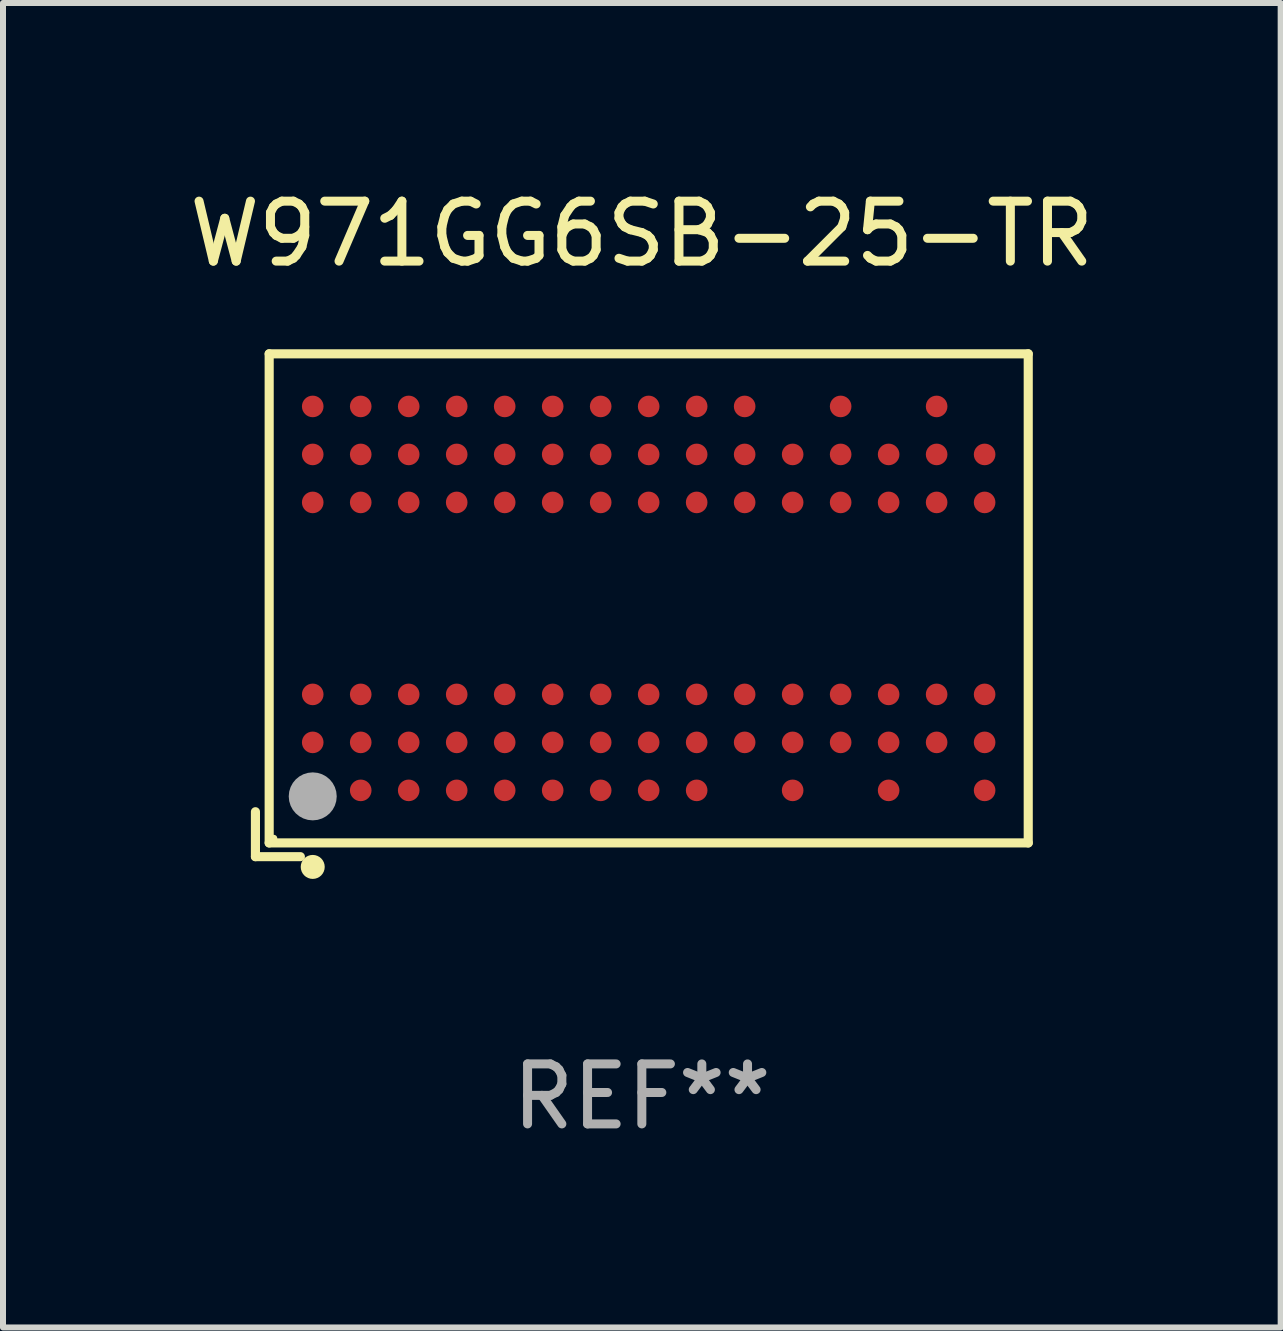
<source format=kicad_pcb>
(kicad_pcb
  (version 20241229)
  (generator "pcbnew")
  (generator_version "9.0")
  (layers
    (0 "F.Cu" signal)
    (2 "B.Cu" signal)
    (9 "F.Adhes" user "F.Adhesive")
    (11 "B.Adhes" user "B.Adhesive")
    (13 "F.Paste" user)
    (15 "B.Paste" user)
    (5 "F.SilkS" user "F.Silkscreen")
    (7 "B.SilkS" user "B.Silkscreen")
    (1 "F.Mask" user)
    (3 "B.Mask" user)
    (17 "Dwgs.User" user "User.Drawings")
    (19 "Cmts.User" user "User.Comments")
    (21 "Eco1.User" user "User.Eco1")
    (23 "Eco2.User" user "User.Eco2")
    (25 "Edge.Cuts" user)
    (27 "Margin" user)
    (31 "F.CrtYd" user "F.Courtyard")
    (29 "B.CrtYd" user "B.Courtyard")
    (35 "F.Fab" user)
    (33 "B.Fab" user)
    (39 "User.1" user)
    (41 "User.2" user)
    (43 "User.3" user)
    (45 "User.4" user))
  (footprint "W971GG6SB-25-TR"
    (layer "F.Cu")
    (at 7.649 7.039)
    (property "Reference" "W971GG6SB-25-TR" (at 0 -6.191 0) (layer "F.SilkS") (effects (font (size 1 1) (thickness 0.15))))
    (attr through_hole)
    (fp_line (start -6.441 3.442) (end -6.441 4.191) (stroke (width 0.152) (type solid)) (layer "F.SilkS"))
    (fp_line (start -6.441 4.191) (end -5.692 4.191) (stroke (width 0.152) (type solid)) (layer "F.SilkS"))
    (fp_line (start -6.212 -4.191) (end 6.441 -4.191) (stroke (width 0.152) (type solid)) (layer "F.SilkS"))
    (fp_line (start -6.212 3.962) (end -6.212 -4.191) (stroke (width 0.152) (type solid)) (layer "F.SilkS"))
    (fp_line (start 6.441 -4.191) (end 6.441 3.962) (stroke (width 0.152) (type solid)) (layer "F.SilkS"))
    (fp_line (start 6.441 3.962) (end -6.212 3.962) (stroke (width 0.152) (type solid)) (layer "F.SilkS"))
    (fp_circle (center -6.136 3.886) (end -6.106 3.886) (stroke (width 0.06) (type solid)) (fill no) (layer "F.SilkS"))
    (fp_circle (center -5.486 4.362) (end -5.386 4.362) (stroke (width 0.2) (type solid)) (fill no) (layer "F.SilkS"))
    (fp_circle (center -5.486 3.186) (end -5.286 3.186) (stroke (width 0.4) (type solid)) (fill no) (layer "F.Fab"))
    (fp_text user "REF**" (at 0 8.191 0) (layer "F.Fab") (effects (font (size 1 1) (thickness 0.15))))
    (pad "A1" smd circle (at -5.486 3.086) (size 0.36 0.36) (layers "F.Cu" "F.Mask" "F.Paste"))
    (pad "A2" smd circle (at -5.486 2.286) (size 0.36 0.36) (layers "F.Cu" "F.Mask" "F.Paste"))
    (pad "A3" smd circle (at -5.486 1.486) (size 0.36 0.36) (layers "F.Cu" "F.Mask" "F.Paste"))
    (pad "A7" smd circle (at -5.486 -1.714) (size 0.36 0.36) (layers "F.Cu" "F.Mask" "F.Paste"))
    (pad "A8" smd circle (at -5.486 -2.514) (size 0.36 0.36) (layers "F.Cu" "F.Mask" "F.Paste"))
    (pad "A9" smd circle (at -5.486 -3.314) (size 0.36 0.36) (layers "F.Cu" "F.Mask" "F.Paste"))
    (pad "B1" smd circle (at -4.686 3.086) (size 0.36 0.36) (layers "F.Cu" "F.Mask" "F.Paste"))
    (pad "B2" smd circle (at -4.686 2.286) (size 0.36 0.36) (layers "F.Cu" "F.Mask" "F.Paste"))
    (pad "B3" smd circle (at -4.686 1.486) (size 0.36 0.36) (layers "F.Cu" "F.Mask" "F.Paste"))
    (pad "B7" smd circle (at -4.686 -1.714) (size 0.36 0.36) (layers "F.Cu" "F.Mask" "F.Paste"))
    (pad "B8" smd circle (at -4.686 -2.514) (size 0.36 0.36) (layers "F.Cu" "F.Mask" "F.Paste"))
    (pad "B9" smd circle (at -4.686 -3.314) (size 0.36 0.36) (layers "F.Cu" "F.Mask" "F.Paste"))
    (pad "C1" smd circle (at -3.886 3.086) (size 0.36 0.36) (layers "F.Cu" "F.Mask" "F.Paste"))
    (pad "C2" smd circle (at -3.886 2.286) (size 0.36 0.36) (layers "F.Cu" "F.Mask" "F.Paste"))
    (pad "C3" smd circle (at -3.886 1.486) (size 0.36 0.36) (layers "F.Cu" "F.Mask" "F.Paste"))
    (pad "C7" smd circle (at -3.886 -1.714) (size 0.36 0.36) (layers "F.Cu" "F.Mask" "F.Paste"))
    (pad "C8" smd circle (at -3.886 -2.514) (size 0.36 0.36) (layers "F.Cu" "F.Mask" "F.Paste"))
    (pad "C9" smd circle (at -3.886 -3.314) (size 0.36 0.36) (layers "F.Cu" "F.Mask" "F.Paste"))
    (pad "D1" smd circle (at -3.086 3.086) (size 0.36 0.36) (layers "F.Cu" "F.Mask" "F.Paste"))
    (pad "D2" smd circle (at -3.086 2.286) (size 0.36 0.36) (layers "F.Cu" "F.Mask" "F.Paste"))
    (pad "D3" smd circle (at -3.086 1.486) (size 0.36 0.36) (layers "F.Cu" "F.Mask" "F.Paste"))
    (pad "D7" smd circle (at -3.086 -1.714) (size 0.36 0.36) (layers "F.Cu" "F.Mask" "F.Paste"))
    (pad "D8" smd circle (at -3.086 -2.514) (size 0.36 0.36) (layers "F.Cu" "F.Mask" "F.Paste"))
    (pad "D9" smd circle (at -3.086 -3.314) (size 0.36 0.36) (layers "F.Cu" "F.Mask" "F.Paste"))
    (pad "E1" smd circle (at -2.286 3.086) (size 0.36 0.36) (layers "F.Cu" "F.Mask" "F.Paste"))
    (pad "E2" smd circle (at -2.286 2.286) (size 0.36 0.36) (layers "F.Cu" "F.Mask" "F.Paste"))
    (pad "E3" smd circle (at -2.286 1.486) (size 0.36 0.36) (layers "F.Cu" "F.Mask" "F.Paste"))
    (pad "E7" smd circle (at -2.286 -1.714) (size 0.36 0.36) (layers "F.Cu" "F.Mask" "F.Paste"))
    (pad "E8" smd circle (at -2.286 -2.514) (size 0.36 0.36) (layers "F.Cu" "F.Mask" "F.Paste"))
    (pad "E9" smd circle (at -2.286 -3.314) (size 0.36 0.36) (layers "F.Cu" "F.Mask" "F.Paste"))
    (pad "F1" smd circle (at -1.486 3.086) (size 0.36 0.36) (layers "F.Cu" "F.Mask" "F.Paste"))
    (pad "F2" smd circle (at -1.486 2.286) (size 0.36 0.36) (layers "F.Cu" "F.Mask" "F.Paste"))
    (pad "F3" smd circle (at -1.486 1.486) (size 0.36 0.36) (layers "F.Cu" "F.Mask" "F.Paste"))
    (pad "F7" smd circle (at -1.486 -1.714) (size 0.36 0.36) (layers "F.Cu" "F.Mask" "F.Paste"))
    (pad "F8" smd circle (at -1.486 -2.514) (size 0.36 0.36) (layers "F.Cu" "F.Mask" "F.Paste"))
    (pad "F9" smd circle (at -1.486 -3.314) (size 0.36 0.36) (layers "F.Cu" "F.Mask" "F.Paste"))
    (pad "G1" smd circle (at -0.686 3.086) (size 0.36 0.36) (layers "F.Cu" "F.Mask" "F.Paste"))
    (pad "G2" smd circle (at -0.686 2.286) (size 0.36 0.36) (layers "F.Cu" "F.Mask" "F.Paste"))
    (pad "G3" smd circle (at -0.686 1.486) (size 0.36 0.36) (layers "F.Cu" "F.Mask" "F.Paste"))
    (pad "G7" smd circle (at -0.686 -1.714) (size 0.36 0.36) (layers "F.Cu" "F.Mask" "F.Paste"))
    (pad "G8" smd circle (at -0.686 -2.514) (size 0.36 0.36) (layers "F.Cu" "F.Mask" "F.Paste"))
    (pad "G9" smd circle (at -0.686 -3.314) (size 0.36 0.36) (layers "F.Cu" "F.Mask" "F.Paste"))
    (pad "H1" smd circle (at 0.114 3.086) (size 0.36 0.36) (layers "F.Cu" "F.Mask" "F.Paste"))
    (pad "H2" smd circle (at 0.114 2.286) (size 0.36 0.36) (layers "F.Cu" "F.Mask" "F.Paste"))
    (pad "H3" smd circle (at 0.114 1.486) (size 0.36 0.36) (layers "F.Cu" "F.Mask" "F.Paste"))
    (pad "H7" smd circle (at 0.114 -1.714) (size 0.36 0.36) (layers "F.Cu" "F.Mask" "F.Paste"))
    (pad "H8" smd circle (at 0.114 -2.514) (size 0.36 0.36) (layers "F.Cu" "F.Mask" "F.Paste"))
    (pad "H9" smd circle (at 0.114 -3.314) (size 0.36 0.36) (layers "F.Cu" "F.Mask" "F.Paste"))
    (pad "J1" smd circle (at 0.914 3.086) (size 0.36 0.36) (layers "F.Cu" "F.Mask" "F.Paste"))
    (pad "J2" smd circle (at 0.914 2.286) (size 0.36 0.36) (layers "F.Cu" "F.Mask" "F.Paste"))
    (pad "J3" smd circle (at 0.914 1.486) (size 0.36 0.36) (layers "F.Cu" "F.Mask" "F.Paste"))
    (pad "J7" smd circle (at 0.914 -1.714) (size 0.36 0.36) (layers "F.Cu" "F.Mask" "F.Paste"))
    (pad "J8" smd circle (at 0.914 -2.514) (size 0.36 0.36) (layers "F.Cu" "F.Mask" "F.Paste"))
    (pad "J9" smd circle (at 0.914 -3.314) (size 0.36 0.36) (layers "F.Cu" "F.Mask" "F.Paste"))
    (pad "K2" smd circle (at 1.714 2.286) (size 0.36 0.36) (layers "F.Cu" "F.Mask" "F.Paste"))
    (pad "K3" smd circle (at 1.714 1.486) (size 0.36 0.36) (layers "F.Cu" "F.Mask" "F.Paste"))
    (pad "K7" smd circle (at 1.714 -1.714) (size 0.36 0.36) (layers "F.Cu" "F.Mask" "F.Paste"))
    (pad "K8" smd circle (at 1.714 -2.514) (size 0.36 0.36) (layers "F.Cu" "F.Mask" "F.Paste"))
    (pad "K9" smd circle (at 1.714 -3.314) (size 0.36 0.36) (layers "F.Cu" "F.Mask" "F.Paste"))
    (pad "L1" smd circle (at 2.514 3.086) (size 0.36 0.36) (layers "F.Cu" "F.Mask" "F.Paste"))
    (pad "L2" smd circle (at 2.514 2.286) (size 0.36 0.36) (layers "F.Cu" "F.Mask" "F.Paste"))
    (pad "L3" smd circle (at 2.514 1.486) (size 0.36 0.36) (layers "F.Cu" "F.Mask" "F.Paste"))
    (pad "L7" smd circle (at 2.514 -1.714) (size 0.36 0.36) (layers "F.Cu" "F.Mask" "F.Paste"))
    (pad "L8" smd circle (at 2.514 -2.514) (size 0.36 0.36) (layers "F.Cu" "F.Mask" "F.Paste"))
    (pad "M2" smd circle (at 3.314 2.286) (size 0.36 0.36) (layers "F.Cu" "F.Mask" "F.Paste"))
    (pad "M3" smd circle (at 3.314 1.486) (size 0.36 0.36) (layers "F.Cu" "F.Mask" "F.Paste"))
    (pad "M7" smd circle (at 3.314 -1.714) (size 0.36 0.36) (layers "F.Cu" "F.Mask" "F.Paste"))
    (pad "M8" smd circle (at 3.314 -2.514) (size 0.36 0.36) (layers "F.Cu" "F.Mask" "F.Paste"))
    (pad "M9" smd circle (at 3.314 -3.314) (size 0.36 0.36) (layers "F.Cu" "F.Mask" "F.Paste"))
    (pad "N1" smd circle (at 4.114 3.086) (size 0.36 0.36) (layers "F.Cu" "F.Mask" "F.Paste"))
    (pad "N2" smd circle (at 4.114 2.286) (size 0.36 0.36) (layers "F.Cu" "F.Mask" "F.Paste"))
    (pad "N3" smd circle (at 4.114 1.486) (size 0.36 0.36) (layers "F.Cu" "F.Mask" "F.Paste"))
    (pad "N7" smd circle (at 4.114 -1.714) (size 0.36 0.36) (layers "F.Cu" "F.Mask" "F.Paste"))
    (pad "N8" smd circle (at 4.114 -2.514) (size 0.36 0.36) (layers "F.Cu" "F.Mask" "F.Paste"))
    (pad "P2" smd circle (at 4.914 2.286) (size 0.36 0.36) (layers "F.Cu" "F.Mask" "F.Paste"))
    (pad "P3" smd circle (at 4.914 1.486) (size 0.36 0.36) (layers "F.Cu" "F.Mask" "F.Paste"))
    (pad "P7" smd circle (at 4.914 -1.714) (size 0.36 0.36) (layers "F.Cu" "F.Mask" "F.Paste"))
    (pad "P8" smd circle (at 4.914 -2.514) (size 0.36 0.36) (layers "F.Cu" "F.Mask" "F.Paste"))
    (pad "P9" smd circle (at 4.914 -3.314) (size 0.36 0.36) (layers "F.Cu" "F.Mask" "F.Paste"))
    (pad "R1" smd circle (at 5.714 3.086) (size 0.36 0.36) (layers "F.Cu" "F.Mask" "F.Paste"))
    (pad "R2" smd circle (at 5.714 2.286) (size 0.36 0.36) (layers "F.Cu" "F.Mask" "F.Paste"))
    (pad "R3" smd circle (at 5.714 1.486) (size 0.36 0.36) (layers "F.Cu" "F.Mask" "F.Paste"))
    (pad "R7" smd circle (at 5.714 -1.714) (size 0.36 0.36) (layers "F.Cu" "F.Mask" "F.Paste"))
    (pad "R8" smd circle (at 5.714 -2.514) (size 0.36 0.36) (layers "F.Cu" "F.Mask" "F.Paste")))
  (gr_rect
    (start -3 -3)
    (end 18.298 19.078)
    (stroke (width 0.1) (type default))
    (fill no)
    (layer "Edge.Cuts")))
</source>
